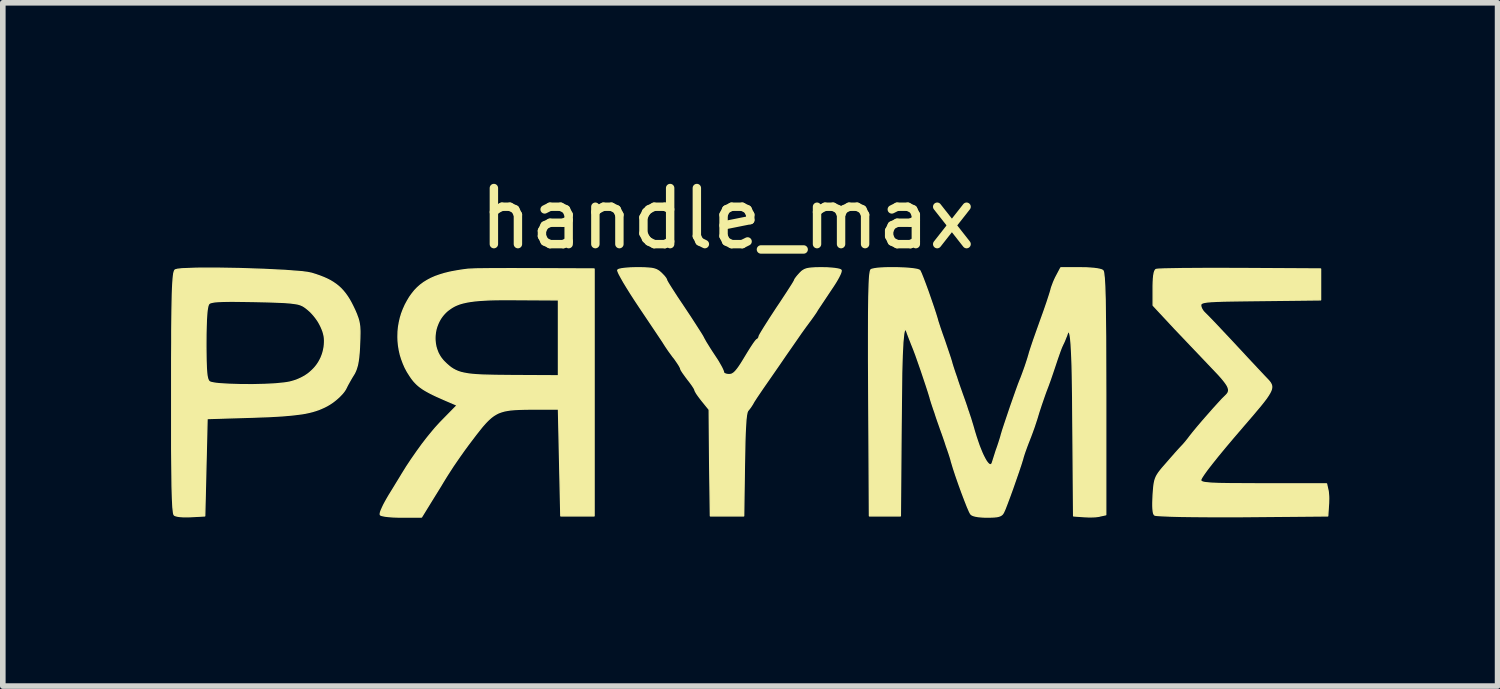
<source format=kicad_pcb>
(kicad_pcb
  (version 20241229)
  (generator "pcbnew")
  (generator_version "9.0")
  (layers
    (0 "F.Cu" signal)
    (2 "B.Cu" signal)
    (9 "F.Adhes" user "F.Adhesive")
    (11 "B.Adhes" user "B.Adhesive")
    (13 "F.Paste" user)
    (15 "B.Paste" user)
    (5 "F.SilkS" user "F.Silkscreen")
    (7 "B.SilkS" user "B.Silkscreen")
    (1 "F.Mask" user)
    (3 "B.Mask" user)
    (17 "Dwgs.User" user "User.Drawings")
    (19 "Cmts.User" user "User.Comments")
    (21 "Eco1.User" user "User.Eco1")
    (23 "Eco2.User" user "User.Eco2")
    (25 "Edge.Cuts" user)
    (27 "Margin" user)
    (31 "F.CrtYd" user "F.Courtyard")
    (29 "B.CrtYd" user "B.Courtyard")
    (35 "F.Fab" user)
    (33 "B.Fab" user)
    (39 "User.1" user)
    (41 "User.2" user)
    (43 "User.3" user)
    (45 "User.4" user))
  (footprint "handle_max"
    (layer "F.Cu")
    (at 9.923 3.818)
    (property "Reference" "handle_max" (at 0 -2.97 0) (unlocked yes) (layer "F.SilkS") (effects (font (size 1 1) (thickness 0.15))))
    (attr smd)
    (fp_poly (pts (xy -3.439 -2.076) (xy -2.38 -2.072) (xy -2.38 2.331) (xy -2.973 2.331) (xy -2.994 1.379) (xy -3.015 0.426) (xy -3.502 0.426) (xy -3.611 0.427) (xy -3.708 0.43) (xy -3.794 0.434) (xy -3.872 0.441) (xy -3.907 0.446) (xy -3.941 0.452) (xy -3.973 0.458) (xy -4.004 0.466) (xy -4.033 0.475) (xy -4.062 0.485) (xy -4.089 0.496) (xy -4.115 0.509) (xy -4.141 0.524) (xy -4.166 0.539) (xy -4.191 0.557) (xy -4.216 0.576) (xy -4.241 0.598) (xy -4.266 0.621) (xy -4.291 0.646) (xy -4.317 0.673) (xy -4.371 0.734) (xy -4.428 0.805) (xy -4.491 0.885) (xy -4.56 0.976) (xy -4.628 1.066) (xy -4.697 1.16) (xy -4.765 1.256) (xy -4.831 1.351) (xy -4.894 1.443) (xy -4.951 1.531) (xy -5.003 1.612) (xy -5.047 1.683) (xy -5.078 1.734) (xy -5.131 1.822) (xy -5.276 2.056) (xy -5.458 2.352) (xy -5.813 2.352) (xy -5.85 2.352) (xy -5.886 2.351) (xy -5.921 2.35) (xy -5.954 2.349) (xy -5.986 2.347) (xy -6.017 2.344) (xy -6.045 2.342) (xy -6.072 2.339) (xy -6.096 2.336) (xy -6.118 2.333) (xy -6.137 2.329) (xy -6.154 2.325) (xy -6.168 2.322) (xy -6.179 2.318) (xy -6.183 2.316) (xy -6.186 2.314) (xy -6.189 2.312) (xy -6.19 2.31) (xy -6.192 2.307) (xy -6.192 2.304) (xy -6.192 2.294) (xy -6.191 2.283) (xy -6.187 2.268) (xy -6.182 2.251) (xy -6.175 2.232) (xy -6.166 2.212) (xy -6.156 2.189) (xy -6.132 2.138) (xy -6.103 2.083) (xy -6.07 2.024) (xy -6.034 1.963) (xy -5.96 1.843) (xy -5.893 1.733) (xy -5.839 1.645) (xy -5.821 1.615) (xy -5.809 1.595) (xy -5.723 1.456) (xy -5.632 1.319) (xy -5.538 1.184) (xy -5.444 1.054) (xy -5.349 0.931) (xy -5.256 0.818) (xy -5.211 0.765) (xy -5.166 0.715) (xy -5.123 0.668) (xy -5.081 0.625) (xy -4.819 0.358) (xy -4.975 0.291) (xy -5.054 0.257) (xy -5.126 0.225) (xy -5.191 0.196) (xy -5.25 0.168) (xy -5.304 0.141) (xy -5.352 0.115) (xy -5.396 0.09) (xy -5.436 0.065) (xy -5.472 0.039) (xy -5.489 0.027) (xy -5.505 0.014) (xy -5.521 0.000322) (xy -5.536 -0.013) (xy -5.55 -0.027) (xy -5.564 -0.041) (xy -5.591 -0.07) (xy -5.616 -0.101) (xy -5.641 -0.135) (xy -5.665 -0.171) (xy -5.71 -0.242) (xy -5.749 -0.315) (xy -5.782 -0.391) (xy -5.811 -0.469) (xy -5.835 -0.547) (xy -5.853 -0.628) (xy -5.866 -0.709) (xy -5.874 -0.79) (xy -5.876 -0.848) (xy -5.218 -0.848) (xy -5.218 -0.816) (xy -5.216 -0.785) (xy -5.213 -0.753) (xy -5.208 -0.722) (xy -5.202 -0.691) (xy -5.194 -0.661) (xy -5.184 -0.631) (xy -5.173 -0.601) (xy -5.161 -0.572) (xy -5.146 -0.544) (xy -5.131 -0.517) (xy -5.113 -0.49) (xy -5.094 -0.465) (xy -5.074 -0.44) (xy -5.051 -0.416) (xy -5.011 -0.377) (xy -4.972 -0.343) (xy -4.933 -0.312) (xy -4.893 -0.286) (xy -4.85 -0.263) (xy -4.804 -0.243) (xy -4.752 -0.226) (xy -4.694 -0.213) (xy -4.628 -0.201) (xy -4.553 -0.192) (xy -4.467 -0.185) (xy -4.37 -0.18) (xy -4.137 -0.174) (xy -3.841 -0.171) (xy -3.015 -0.167) (xy -3.015 -1.521) (xy -3.714 -1.525) (xy -3.863 -1.526) (xy -4 -1.526) (xy -4.124 -1.525) (xy -4.237 -1.522) (xy -4.339 -1.517) (xy -4.431 -1.511) (xy -4.514 -1.503) (xy -4.589 -1.493) (xy -4.657 -1.481) (xy -4.718 -1.467) (xy -4.747 -1.459) (xy -4.774 -1.451) (xy -4.799 -1.442) (xy -4.824 -1.432) (xy -4.848 -1.422) (xy -4.87 -1.411) (xy -4.892 -1.399) (xy -4.913 -1.387) (xy -4.953 -1.36) (xy -4.992 -1.331) (xy -5.017 -1.309) (xy -5.041 -1.285) (xy -5.063 -1.261) (xy -5.084 -1.236) (xy -5.103 -1.21) (xy -5.121 -1.183) (xy -5.137 -1.155) (xy -5.152 -1.126) (xy -5.165 -1.097) (xy -5.177 -1.067) (xy -5.188 -1.036) (xy -5.197 -1.006) (xy -5.204 -0.975) (xy -5.21 -0.943) (xy -5.214 -0.912) (xy -5.217 -0.88) (xy -5.218 -0.848) (xy -5.876 -0.848) (xy -5.876 -0.873) (xy -5.874 -0.955) (xy -5.866 -1.037) (xy -5.852 -1.118) (xy -5.834 -1.198) (xy -5.81 -1.278) (xy -5.78 -1.356) (xy -5.746 -1.432) (xy -5.707 -1.504) (xy -5.667 -1.571) (xy -5.623 -1.632) (xy -5.577 -1.689) (xy -5.527 -1.741) (xy -5.473 -1.788) (xy -5.415 -1.831) (xy -5.351 -1.87) (xy -5.283 -1.906) (xy -5.209 -1.938) (xy -5.129 -1.966) (xy -5.043 -1.992) (xy -4.949 -2.015) (xy -4.849 -2.034) (xy -4.74 -2.052) (xy -4.624 -2.067) (xy -4.49 -2.073) (xy -4.222 -2.076) (xy -3.858 -2.077)) (stroke (width 0.024) (type solid)) (fill yes) (layer "F.SilkS"))
    (fp_poly (pts (xy 9.134 -2.08) (xy 10.574 -2.072) (xy 10.574 -1.521) (xy 9.507 -1.509) (xy 9.332 -1.507) (xy 9.177 -1.505) (xy 9.04 -1.503) (xy 8.922 -1.501) (xy 8.869 -1.5) (xy 8.82 -1.499) (xy 8.774 -1.497) (xy 8.733 -1.496) (xy 8.695 -1.494) (xy 8.66 -1.492) (xy 8.628 -1.491) (xy 8.6 -1.488) (xy 8.574 -1.486) (xy 8.552 -1.484) (xy 8.531 -1.481) (xy 8.514 -1.478) (xy 8.506 -1.477) (xy 8.498 -1.475) (xy 8.491 -1.473) (xy 8.485 -1.472) (xy 8.479 -1.47) (xy 8.474 -1.468) (xy 8.469 -1.466) (xy 8.464 -1.464) (xy 8.46 -1.462) (xy 8.456 -1.46) (xy 8.453 -1.458) (xy 8.45 -1.456) (xy 8.447 -1.454) (xy 8.445 -1.452) (xy 8.443 -1.449) (xy 8.441 -1.447) (xy 8.44 -1.444) (xy 8.439 -1.441) (xy 8.438 -1.439) (xy 8.437 -1.436) (xy 8.437 -1.433) (xy 8.436 -1.43) (xy 8.436 -1.424) (xy 8.436 -1.416) (xy 8.438 -1.407) (xy 8.439 -1.399) (xy 8.442 -1.39) (xy 8.445 -1.38) (xy 8.449 -1.371) (xy 8.453 -1.362) (xy 8.458 -1.352) (xy 8.464 -1.343) (xy 8.469 -1.334) (xy 8.476 -1.325) (xy 8.482 -1.316) (xy 8.489 -1.308) (xy 8.497 -1.299) (xy 8.504 -1.292) (xy 8.512 -1.284) (xy 8.578 -1.218) (xy 8.706 -1.085) (xy 8.876 -0.904) (xy 9.071 -0.696) (xy 9.266 -0.486) (xy 9.437 -0.303) (xy 9.566 -0.166) (xy 9.634 -0.095) (xy 9.657 -0.069) (xy 9.676 -0.044) (xy 9.69 -0.019) (xy 9.695 -0.006) (xy 9.699 0.007) (xy 9.701 0.02) (xy 9.702 0.034) (xy 9.7 0.049) (xy 9.698 0.064) (xy 9.693 0.081) (xy 9.687 0.098) (xy 9.668 0.137) (xy 9.641 0.182) (xy 9.606 0.234) (xy 9.561 0.293) (xy 9.507 0.361) (xy 9.366 0.529) (xy 9.181 0.744) (xy 9.019 0.933) (xy 8.874 1.105) (xy 8.746 1.26) (xy 8.639 1.394) (xy 8.593 1.453) (xy 8.552 1.506) (xy 8.518 1.553) (xy 8.489 1.594) (xy 8.466 1.629) (xy 8.449 1.657) (xy 8.439 1.678) (xy 8.437 1.686) (xy 8.436 1.692) (xy 8.438 1.702) (xy 8.443 1.712) (xy 8.454 1.72) (xy 8.471 1.727) (xy 8.496 1.734) (xy 8.529 1.739) (xy 8.624 1.748) (xy 8.766 1.754) (xy 8.963 1.757) (xy 9.558 1.76) (xy 10.68 1.76) (xy 10.701 1.857) (xy 10.704 1.868) (xy 10.707 1.881) (xy 10.709 1.895) (xy 10.711 1.91) (xy 10.714 1.944) (xy 10.717 1.982) (xy 10.718 2.022) (xy 10.717 2.063) (xy 10.716 2.104) (xy 10.713 2.145) (xy 10.701 2.331) (xy 9.181 2.344) (xy 8.861 2.345) (xy 8.567 2.344) (xy 8.304 2.342) (xy 8.077 2.339) (xy 7.89 2.334) (xy 7.748 2.328) (xy 7.654 2.322) (xy 7.627 2.318) (xy 7.615 2.314) (xy 7.609 2.308) (xy 7.605 2.3) (xy 7.6 2.29) (xy 7.596 2.277) (xy 7.593 2.262) (xy 7.59 2.245) (xy 7.588 2.226) (xy 7.586 2.205) (xy 7.584 2.156) (xy 7.584 2.098) (xy 7.586 2.032) (xy 7.589 1.959) (xy 7.597 1.857) (xy 7.601 1.814) (xy 7.605 1.776) (xy 7.611 1.742) (xy 7.618 1.71) (xy 7.621 1.696) (xy 7.626 1.681) (xy 7.631 1.667) (xy 7.636 1.654) (xy 7.642 1.64) (xy 7.648 1.627) (xy 7.655 1.614) (xy 7.663 1.6) (xy 7.68 1.573) (xy 7.701 1.544) (xy 7.725 1.513) (xy 7.753 1.479) (xy 7.822 1.4) (xy 7.91 1.299) (xy 7.991 1.207) (xy 8.057 1.134) (xy 8.081 1.108) (xy 8.097 1.091) (xy 8.111 1.076) (xy 8.128 1.058) (xy 8.147 1.036) (xy 8.167 1.013) (xy 8.187 0.988) (xy 8.207 0.963) (xy 8.227 0.937) (xy 8.245 0.913) (xy 8.301 0.842) (xy 8.378 0.749) (xy 8.469 0.642) (xy 8.567 0.53) (xy 8.663 0.421) (xy 8.751 0.324) (xy 8.823 0.246) (xy 8.872 0.198) (xy 8.892 0.178) (xy 8.909 0.159) (xy 8.916 0.149) (xy 8.922 0.14) (xy 8.927 0.13) (xy 8.931 0.12) (xy 8.933 0.11) (xy 8.935 0.1) (xy 8.936 0.089) (xy 8.935 0.078) (xy 8.933 0.067) (xy 8.93 0.055) (xy 8.926 0.043) (xy 8.921 0.03) (xy 8.915 0.016) (xy 8.907 0.002) (xy 8.888 -0.028) (xy 8.863 -0.062) (xy 8.833 -0.1) (xy 8.798 -0.141) (xy 8.757 -0.187) (xy 8.709 -0.238) (xy 8.656 -0.294) (xy 7.979 -1.005) (xy 7.589 -1.424) (xy 7.589 -1.733) (xy 7.589 -1.771) (xy 7.59 -1.806) (xy 7.591 -1.839) (xy 7.593 -1.87) (xy 7.594 -1.899) (xy 7.597 -1.925) (xy 7.599 -1.949) (xy 7.603 -1.971) (xy 7.606 -1.991) (xy 7.61 -2.008) (xy 7.612 -2.015) (xy 7.615 -2.023) (xy 7.617 -2.029) (xy 7.62 -2.035) (xy 7.622 -2.041) (xy 7.625 -2.046) (xy 7.628 -2.05) (xy 7.631 -2.054) (xy 7.634 -2.057) (xy 7.637 -2.06) (xy 7.641 -2.062) (xy 7.644 -2.063) (xy 7.683 -2.068) (xy 7.777 -2.072) (xy 8.102 -2.078) (xy 8.571 -2.081)) (stroke (width 0.024) (type solid)) (fill yes) (layer "F.SilkS"))
    (fp_poly (pts (xy -8.692 -2.079) (xy -8.273 -2.065) (xy -7.891 -2.046) (xy -7.591 -2.023) (xy -7.486 -2.009) (xy -7.418 -1.995) (xy -7.341 -1.971) (xy -7.269 -1.946) (xy -7.203 -1.92) (xy -7.142 -1.893) (xy -7.085 -1.864) (xy -7.032 -1.832) (xy -6.983 -1.798) (xy -6.937 -1.762) (xy -6.895 -1.723) (xy -6.855 -1.68) (xy -6.817 -1.633) (xy -6.781 -1.583) (xy -6.746 -1.528) (xy -6.713 -1.469) (xy -6.68 -1.404) (xy -6.647 -1.335) (xy -6.616 -1.262) (xy -6.604 -1.228) (xy -6.592 -1.197) (xy -6.583 -1.166) (xy -6.575 -1.136) (xy -6.569 -1.105) (xy -6.564 -1.074) (xy -6.56 -1.041) (xy -6.558 -1.005) (xy -6.556 -0.968) (xy -6.556 -0.927) (xy -6.558 -0.832) (xy -6.563 -0.717) (xy -6.565 -0.665) (xy -6.568 -0.616) (xy -6.571 -0.571) (xy -6.575 -0.529) (xy -6.579 -0.49) (xy -6.584 -0.453) (xy -6.589 -0.419) (xy -6.595 -0.387) (xy -6.601 -0.357) (xy -6.609 -0.329) (xy -6.617 -0.303) (xy -6.625 -0.278) (xy -6.635 -0.254) (xy -6.645 -0.231) (xy -6.656 -0.209) (xy -6.669 -0.188) (xy -6.688 -0.157) (xy -6.708 -0.124) (xy -6.727 -0.091) (xy -6.745 -0.059) (xy -6.762 -0.028) (xy -6.778 0.000386) (xy -6.79 0.025) (xy -6.8 0.045) (xy -6.81 0.065) (xy -6.822 0.085) (xy -6.836 0.106) (xy -6.852 0.127) (xy -6.87 0.149) (xy -6.89 0.17) (xy -6.911 0.192) (xy -6.933 0.214) (xy -6.957 0.235) (xy -6.981 0.256) (xy -7.007 0.277) (xy -7.033 0.297) (xy -7.06 0.316) (xy -7.087 0.334) (xy -7.115 0.351) (xy -7.143 0.367) (xy -7.19 0.391) (xy -7.239 0.413) (xy -7.289 0.434) (xy -7.342 0.452) (xy -7.398 0.469) (xy -7.457 0.484) (xy -7.522 0.498) (xy -7.592 0.51) (xy -7.753 0.53) (xy -7.946 0.547) (xy -8.178 0.56) (xy -8.455 0.57) (xy -9.281 0.595) (xy -9.302 1.463) (xy -9.323 2.331) (xy -9.568 2.344) (xy -9.594 2.345) (xy -9.619 2.346) (xy -9.644 2.346) (xy -9.668 2.346) (xy -9.692 2.346) (xy -9.715 2.345) (xy -9.737 2.343) (xy -9.758 2.342) (xy -9.777 2.34) (xy -9.796 2.337) (xy -9.812 2.334) (xy -9.827 2.331) (xy -9.84 2.327) (xy -9.85 2.323) (xy -9.855 2.321) (xy -9.859 2.319) (xy -9.862 2.317) (xy -9.865 2.314) (xy -9.872 2.302) (xy -9.878 2.277) (xy -9.889 2.183) (xy -9.897 2.027) (xy -9.904 1.805) (xy -9.911 1.135) (xy -9.911 0.13) (xy -9.911 -0.483) (xy -9.909 -0.755) (xy -9.302 -0.755) (xy -9.302 -0.661) (xy -9.301 -0.576) (xy -9.3 -0.5) (xy -9.299 -0.431) (xy -9.297 -0.37) (xy -9.295 -0.316) (xy -9.292 -0.268) (xy -9.289 -0.227) (xy -9.285 -0.191) (xy -9.283 -0.175) (xy -9.281 -0.161) (xy -9.278 -0.147) (xy -9.275 -0.135) (xy -9.273 -0.124) (xy -9.27 -0.113) (xy -9.266 -0.104) (xy -9.263 -0.096) (xy -9.259 -0.088) (xy -9.256 -0.081) (xy -9.252 -0.075) (xy -9.247 -0.07) (xy -9.243 -0.065) (xy -9.238 -0.061) (xy -9.215 -0.05) (xy -9.175 -0.041) (xy -9.12 -0.032) (xy -9.051 -0.025) (xy -8.881 -0.015) (xy -8.681 -0.009) (xy -8.466 -0.008) (xy -8.253 -0.013) (xy -8.056 -0.023) (xy -7.892 -0.04) (xy -7.853 -0.046) (xy -7.814 -0.053) (xy -7.777 -0.062) (xy -7.74 -0.073) (xy -7.704 -0.084) (xy -7.67 -0.097) (xy -7.636 -0.112) (xy -7.603 -0.127) (xy -7.571 -0.144) (xy -7.54 -0.161) (xy -7.511 -0.18) (xy -7.482 -0.2) (xy -7.455 -0.221) (xy -7.429 -0.244) (xy -7.404 -0.267) (xy -7.38 -0.291) (xy -7.357 -0.316) (xy -7.336 -0.342) (xy -7.316 -0.369) (xy -7.297 -0.397) (xy -7.28 -0.426) (xy -7.264 -0.456) (xy -7.249 -0.486) (xy -7.236 -0.518) (xy -7.224 -0.55) (xy -7.214 -0.582) (xy -7.205 -0.616) (xy -7.198 -0.65) (xy -7.192 -0.685) (xy -7.188 -0.72) (xy -7.186 -0.756) (xy -7.185 -0.793) (xy -7.186 -0.813) (xy -7.187 -0.833) (xy -7.189 -0.853) (xy -7.192 -0.873) (xy -7.201 -0.915) (xy -7.213 -0.957) (xy -7.229 -0.999) (xy -7.247 -1.041) (xy -7.268 -1.083) (xy -7.291 -1.125) (xy -7.317 -1.165) (xy -7.346 -1.205) (xy -7.376 -1.243) (xy -7.408 -1.279) (xy -7.442 -1.314) (xy -7.478 -1.346) (xy -7.515 -1.376) (xy -7.553 -1.403) (xy -7.572 -1.414) (xy -7.593 -1.424) (xy -7.615 -1.433) (xy -7.641 -1.442) (xy -7.67 -1.449) (xy -7.704 -1.455) (xy -7.787 -1.466) (xy -7.896 -1.475) (xy -8.037 -1.481) (xy -8.214 -1.487) (xy -8.434 -1.492) (xy -8.634 -1.495) (xy -8.721 -1.496) (xy -8.8 -1.497) (xy -8.872 -1.497) (xy -8.936 -1.496) (xy -8.993 -1.495) (xy -9.043 -1.493) (xy -9.088 -1.491) (xy -9.126 -1.488) (xy -9.158 -1.484) (xy -9.185 -1.479) (xy -9.207 -1.474) (xy -9.216 -1.471) (xy -9.225 -1.468) (xy -9.232 -1.465) (xy -9.238 -1.461) (xy -9.243 -1.457) (xy -9.247 -1.454) (xy -9.254 -1.444) (xy -9.26 -1.431) (xy -9.266 -1.414) (xy -9.271 -1.393) (xy -9.281 -1.336) (xy -9.288 -1.261) (xy -9.294 -1.167) (xy -9.298 -1.052) (xy -9.301 -0.915) (xy -9.302 -0.755) (xy -9.909 -0.755) (xy -9.909 -0.971) (xy -9.907 -1.173) (xy -9.905 -1.349) (xy -9.902 -1.5) (xy -9.899 -1.629) (xy -9.895 -1.737) (xy -9.89 -1.826) (xy -9.885 -1.898) (xy -9.879 -1.954) (xy -9.873 -1.996) (xy -9.869 -2.012) (xy -9.865 -2.025) (xy -9.861 -2.036) (xy -9.857 -2.044) (xy -9.852 -2.051) (xy -9.848 -2.055) (xy -9.807 -2.066) (xy -9.726 -2.075) (xy -9.463 -2.085) (xy -9.103 -2.086)) (stroke (width 0.024) (type solid)) (fill yes) (layer "F.SilkS"))
    (fp_poly (pts (xy 3.015 -2.093) (xy 3.161 -2.088) (xy 3.229 -2.083) (xy 3.289 -2.077) (xy 3.342 -2.07) (xy 3.384 -2.062) (xy 3.413 -2.052) (xy 3.422 -2.047) (xy 3.428 -2.042) (xy 3.45 -1.996) (xy 3.484 -1.912) (xy 3.527 -1.799) (xy 3.575 -1.668) (xy 3.669 -1.396) (xy 3.708 -1.277) (xy 3.737 -1.183) (xy 3.745 -1.152) (xy 3.757 -1.114) (xy 3.788 -1.019) (xy 3.825 -0.911) (xy 3.864 -0.802) (xy 3.937 -0.586) (xy 3.969 -0.491) (xy 3.981 -0.452) (xy 3.991 -0.421) (xy 3.998 -0.393) (xy 4.008 -0.36) (xy 4.019 -0.325) (xy 4.031 -0.288) (xy 4.056 -0.213) (xy 4.08 -0.145) (xy 4.102 -0.076) (xy 4.129 0.003) (xy 4.157 0.082) (xy 4.181 0.151) (xy 4.206 0.22) (xy 4.234 0.299) (xy 4.261 0.378) (xy 4.283 0.447) (xy 4.295 0.479) (xy 4.306 0.514) (xy 4.331 0.588) (xy 4.353 0.66) (xy 4.372 0.722) (xy 4.4 0.82) (xy 4.428 0.911) (xy 4.456 0.995) (xy 4.483 1.074) (xy 4.511 1.145) (xy 4.537 1.208) (xy 4.55 1.237) (xy 4.563 1.264) (xy 4.576 1.289) (xy 4.588 1.312) (xy 4.6 1.333) (xy 4.611 1.352) (xy 4.623 1.369) (xy 4.634 1.383) (xy 4.644 1.395) (xy 4.654 1.405) (xy 4.664 1.412) (xy 4.673 1.417) (xy 4.682 1.42) (xy 4.686 1.42) (xy 4.69 1.42) (xy 4.694 1.419) (xy 4.698 1.417) (xy 4.701 1.415) (xy 4.705 1.412) (xy 4.712 1.405) (xy 4.718 1.395) (xy 4.723 1.382) (xy 4.728 1.366) (xy 4.753 1.287) (xy 4.791 1.167) (xy 4.815 1.1) (xy 4.84 1.025) (xy 4.852 0.987) (xy 4.863 0.952) (xy 4.873 0.92) (xy 4.88 0.892) (xy 4.904 0.811) (xy 4.943 0.692) (xy 5.044 0.392) (xy 5.147 0.099) (xy 5.187 -0.012) (xy 5.214 -0.082) (xy 5.236 -0.136) (xy 5.259 -0.197) (xy 5.283 -0.263) (xy 5.308 -0.333) (xy 5.331 -0.402) (xy 5.353 -0.47) (xy 5.372 -0.533) (xy 5.388 -0.59) (xy 5.415 -0.674) (xy 5.459 -0.805) (xy 5.516 -0.966) (xy 5.578 -1.14) (xy 5.641 -1.315) (xy 5.697 -1.477) (xy 5.74 -1.609) (xy 5.755 -1.657) (xy 5.765 -1.691) (xy 5.772 -1.72) (xy 5.782 -1.752) (xy 5.795 -1.786) (xy 5.808 -1.822) (xy 5.823 -1.858) (xy 5.839 -1.894) (xy 5.855 -1.927) (xy 5.871 -1.957) (xy 5.943 -2.093) (xy 6.29 -2.093) (xy 6.329 -2.092) (xy 6.368 -2.092) (xy 6.404 -2.091) (xy 6.439 -2.089) (xy 6.473 -2.087) (xy 6.504 -2.084) (xy 6.533 -2.082) (xy 6.561 -2.078) (xy 6.586 -2.075) (xy 6.608 -2.071) (xy 6.629 -2.067) (xy 6.647 -2.062) (xy 6.662 -2.058) (xy 6.675 -2.053) (xy 6.68 -2.05) (xy 6.685 -2.047) (xy 6.689 -2.045) (xy 6.692 -2.042) (xy 6.699 -2.029) (xy 6.705 -2.003) (xy 6.716 -1.909) (xy 6.725 -1.755) (xy 6.732 -1.533) (xy 6.74 -0.861) (xy 6.743 0.159) (xy 6.743 2.31) (xy 6.645 2.331) (xy 6.634 2.334) (xy 6.621 2.337) (xy 6.607 2.339) (xy 6.592 2.341) (xy 6.558 2.345) (xy 6.52 2.347) (xy 6.48 2.348) (xy 6.439 2.348) (xy 6.398 2.346) (xy 6.357 2.344) (xy 6.171 2.331) (xy 6.158 0.722) (xy 6.154 0.22) (xy 6.151 0.006) (xy 6.148 -0.185) (xy 6.144 -0.354) (xy 6.139 -0.5) (xy 6.133 -0.624) (xy 6.127 -0.727) (xy 6.12 -0.811) (xy 6.116 -0.845) (xy 6.112 -0.874) (xy 6.107 -0.899) (xy 6.103 -0.919) (xy 6.098 -0.935) (xy 6.093 -0.946) (xy 6.088 -0.952) (xy 6.085 -0.954) (xy 6.082 -0.954) (xy 6.079 -0.954) (xy 6.077 -0.953) (xy 6.071 -0.946) (xy 6.064 -0.936) (xy 6.058 -0.922) (xy 6.051 -0.904) (xy 6.044 -0.882) (xy 6.029 -0.846) (xy 6.012 -0.804) (xy 6.003 -0.782) (xy 5.994 -0.762) (xy 5.985 -0.743) (xy 5.976 -0.725) (xy 5.967 -0.705) (xy 5.953 -0.674) (xy 5.937 -0.633) (xy 5.919 -0.584) (xy 5.879 -0.47) (xy 5.837 -0.344) (xy 5.795 -0.219) (xy 5.754 -0.099) (xy 5.718 0.00032) (xy 5.704 0.038) (xy 5.693 0.066) (xy 5.667 0.135) (xy 5.642 0.206) (xy 5.593 0.348) (xy 5.549 0.482) (xy 5.515 0.595) (xy 5.493 0.662) (xy 5.463 0.753) (xy 5.426 0.855) (xy 5.407 0.906) (xy 5.388 0.955) (xy 5.349 1.055) (xy 5.33 1.106) (xy 5.312 1.156) (xy 5.295 1.203) (xy 5.281 1.246) (xy 5.269 1.284) (xy 5.261 1.315) (xy 5.23 1.415) (xy 5.187 1.544) (xy 5.083 1.843) (xy 5.03 1.989) (xy 4.982 2.117) (xy 4.944 2.215) (xy 4.918 2.272) (xy 4.911 2.283) (xy 4.904 2.294) (xy 4.896 2.303) (xy 4.887 2.311) (xy 4.876 2.319) (xy 4.865 2.325) (xy 4.851 2.331) (xy 4.836 2.336) (xy 4.819 2.34) (xy 4.8 2.344) (xy 4.778 2.346) (xy 4.754 2.349) (xy 4.728 2.35) (xy 4.698 2.351) (xy 4.63 2.352) (xy 4.602 2.352) (xy 4.575 2.351) (xy 4.549 2.35) (xy 4.524 2.348) (xy 4.5 2.346) (xy 4.478 2.344) (xy 4.456 2.341) (xy 4.437 2.337) (xy 4.418 2.334) (xy 4.402 2.33) (xy 4.386 2.325) (xy 4.373 2.32) (xy 4.361 2.315) (xy 4.356 2.312) (xy 4.352 2.309) (xy 4.348 2.306) (xy 4.344 2.303) (xy 4.341 2.3) (xy 4.338 2.297) (xy 4.328 2.281) (xy 4.314 2.254) (xy 4.277 2.169) (xy 4.231 2.052) (xy 4.179 1.915) (xy 4.125 1.766) (xy 4.073 1.617) (xy 4.027 1.477) (xy 3.991 1.357) (xy 3.984 1.328) (xy 3.974 1.295) (xy 3.963 1.26) (xy 3.951 1.223) (xy 3.926 1.149) (xy 3.902 1.082) (xy 3.88 1.013) (xy 3.853 0.934) (xy 3.825 0.855) (xy 3.8 0.786) (xy 3.776 0.717) (xy 3.748 0.638) (xy 3.721 0.559) (xy 3.699 0.49) (xy 3.675 0.422) (xy 3.65 0.347) (xy 3.638 0.31) (xy 3.627 0.275) (xy 3.617 0.242) (xy 3.61 0.214) (xy 3.583 0.126) (xy 3.545 0.009) (xy 3.452 -0.269) (xy 3.358 -0.537) (xy 3.318 -0.643) (xy 3.288 -0.717) (xy 3.277 -0.745) (xy 3.266 -0.774) (xy 3.243 -0.832) (xy 3.223 -0.884) (xy 3.208 -0.924) (xy 3.194 -0.964) (xy 3.181 -0.989) (xy 3.17 -0.996) (xy 3.159 -0.987) (xy 3.149 -0.96) (xy 3.14 -0.915) (xy 3.125 -0.766) (xy 3.113 -0.535) (xy 3.104 -0.217) (xy 3.094 0.701) (xy 3.081 2.331) (xy 2.53 2.331) (xy 2.518 0.155) (xy 2.515 -0.431) (xy 2.515 -0.91) (xy 2.516 -1.291) (xy 2.52 -1.584) (xy 2.523 -1.7) (xy 2.526 -1.797) (xy 2.53 -1.878) (xy 2.534 -1.942) (xy 2.54 -1.99) (xy 2.546 -2.026) (xy 2.549 -2.038) (xy 2.553 -2.048) (xy 2.556 -2.055) (xy 2.56 -2.059) (xy 2.571 -2.064) (xy 2.585 -2.068) (xy 2.623 -2.076) (xy 2.672 -2.083) (xy 2.73 -2.088) (xy 2.795 -2.091) (xy 2.866 -2.093)) (stroke (width 0.024) (type solid)) (fill yes) (layer "F.SilkS"))
    (fp_poly (pts (xy 1.72 -2.092) (xy 1.75 -2.092) (xy 1.781 -2.091) (xy 1.81 -2.089) (xy 1.838 -2.087) (xy 1.865 -2.085) (xy 1.89 -2.082) (xy 1.914 -2.08) (xy 1.936 -2.076) (xy 1.956 -2.073) (xy 1.973 -2.07) (xy 1.989 -2.066) (xy 2.001 -2.062) (xy 2.011 -2.058) (xy 2.015 -2.056) (xy 2.018 -2.054) (xy 2.021 -2.052) (xy 2.022 -2.05) (xy 2.024 -2.048) (xy 2.025 -2.044) (xy 2.024 -2.035) (xy 2.022 -2.023) (xy 2.018 -2.009) (xy 2.012 -1.993) (xy 2.004 -1.974) (xy 1.994 -1.954) (xy 1.983 -1.931) (xy 1.956 -1.882) (xy 1.923 -1.827) (xy 1.886 -1.769) (xy 1.845 -1.708) (xy 1.599 -1.339) (xy 1.595 -1.331) (xy 1.589 -1.321) (xy 1.575 -1.298) (xy 1.557 -1.272) (xy 1.537 -1.243) (xy 1.493 -1.181) (xy 1.447 -1.119) (xy 1.388 -1.039) (xy 1.309 -0.929) (xy 1.221 -0.802) (xy 1.133 -0.675) (xy 1.036 -0.536) (xy 0.926 -0.375) (xy 0.714 -0.069) (xy 0.627 0.056) (xy 0.549 0.171) (xy 0.516 0.22) (xy 0.489 0.262) (xy 0.468 0.294) (xy 0.461 0.307) (xy 0.456 0.316) (xy 0.451 0.325) (xy 0.446 0.334) (xy 0.434 0.353) (xy 0.422 0.372) (xy 0.409 0.391) (xy 0.396 0.409) (xy 0.383 0.426) (xy 0.37 0.442) (xy 0.359 0.456) (xy 0.353 0.467) (xy 0.347 0.484) (xy 0.336 0.537) (xy 0.327 0.616) (xy 0.32 0.721) (xy 0.313 0.854) (xy 0.308 1.015) (xy 0.3 1.425) (xy 0.287 2.331) (xy -0.306 2.331) (xy -0.319 1.383) (xy -0.327 0.435) (xy -0.454 0.278) (xy -0.467 0.261) (xy -0.48 0.245) (xy -0.492 0.229) (xy -0.504 0.213) (xy -0.515 0.198) (xy -0.526 0.183) (xy -0.536 0.169) (xy -0.545 0.156) (xy -0.553 0.143) (xy -0.56 0.132) (xy -0.566 0.121) (xy -0.571 0.112) (xy -0.575 0.104) (xy -0.579 0.097) (xy -0.58 0.091) (xy -0.581 0.089) (xy -0.581 0.087) (xy -0.582 0.083) (xy -0.584 0.078) (xy -0.587 0.071) (xy -0.591 0.063) (xy -0.602 0.043) (xy -0.618 0.019) (xy -0.636 -0.008) (xy -0.658 -0.038) (xy -0.682 -0.07) (xy -0.708 -0.103) (xy -0.733 -0.136) (xy -0.756 -0.168) (xy -0.778 -0.198) (xy -0.797 -0.225) (xy -0.805 -0.238) (xy -0.813 -0.249) (xy -0.819 -0.26) (xy -0.825 -0.269) (xy -0.829 -0.277) (xy -0.832 -0.284) (xy -0.834 -0.29) (xy -0.835 -0.292) (xy -0.835 -0.294) (xy -0.836 -0.298) (xy -0.837 -0.303) (xy -0.84 -0.31) (xy -0.844 -0.318) (xy -0.854 -0.338) (xy -0.868 -0.361) (xy -0.885 -0.388) (xy -0.905 -0.417) (xy -0.926 -0.448) (xy -0.949 -0.48) (xy -0.975 -0.512) (xy -0.999 -0.545) (xy -1.023 -0.578) (xy -1.046 -0.609) (xy -1.084 -0.665) (xy -1.11 -0.704) (xy -1.158 -0.78) (xy -1.261 -0.934) (xy -1.567 -1.39) (xy -1.65 -1.515) (xy -1.726 -1.633) (xy -1.794 -1.742) (xy -1.853 -1.839) (xy -1.899 -1.921) (xy -1.918 -1.956) (xy -1.934 -1.986) (xy -1.945 -2.011) (xy -1.953 -2.03) (xy -1.957 -2.043) (xy -1.958 -2.048) (xy -1.957 -2.05) (xy -1.953 -2.055) (xy -1.946 -2.06) (xy -1.935 -2.064) (xy -1.922 -2.068) (xy -1.907 -2.071) (xy -1.888 -2.075) (xy -1.845 -2.081) (xy -1.794 -2.086) (xy -1.737 -2.09) (xy -1.675 -2.092) (xy -1.61 -2.093) (xy -1.561 -2.093) (xy -1.516 -2.092) (xy -1.476 -2.091) (xy -1.439 -2.089) (xy -1.407 -2.087) (xy -1.377 -2.084) (xy -1.364 -2.083) (xy -1.351 -2.081) (xy -1.338 -2.079) (xy -1.327 -2.076) (xy -1.315 -2.074) (xy -1.305 -2.071) (xy -1.295 -2.068) (xy -1.285 -2.064) (xy -1.276 -2.061) (xy -1.267 -2.057) (xy -1.258 -2.053) (xy -1.25 -2.048) (xy -1.241 -2.043) (xy -1.233 -2.038) (xy -1.225 -2.033) (xy -1.218 -2.027) (xy -1.202 -2.014) (xy -1.186 -2) (xy -1.176 -1.99) (xy -1.166 -1.98) (xy -1.157 -1.971) (xy -1.148 -1.961) (xy -1.139 -1.952) (xy -1.131 -1.943) (xy -1.124 -1.934) (xy -1.117 -1.926) (xy -1.111 -1.917) (xy -1.105 -1.91) (xy -1.101 -1.903) (xy -1.097 -1.896) (xy -1.093 -1.89) (xy -1.091 -1.885) (xy -1.09 -1.883) (xy -1.09 -1.88) (xy -1.089 -1.879) (xy -1.089 -1.877) (xy -1.087 -1.871) (xy -1.083 -1.861) (xy -1.065 -1.829) (xy -1.036 -1.781) (xy -0.998 -1.721) (xy -0.9 -1.569) (xy -0.78 -1.39) (xy -0.658 -1.206) (xy -0.554 -1.045) (xy -0.478 -0.926) (xy -0.454 -0.887) (xy -0.441 -0.865) (xy -0.426 -0.835) (xy -0.408 -0.803) (xy -0.387 -0.765) (xy -0.36 -0.722) (xy -0.328 -0.67) (xy -0.29 -0.61) (xy -0.187 -0.454) (xy -0.164 -0.417) (xy -0.143 -0.38) (xy -0.123 -0.345) (xy -0.106 -0.314) (xy -0.099 -0.299) (xy -0.092 -0.285) (xy -0.087 -0.273) (xy -0.082 -0.262) (xy -0.078 -0.251) (xy -0.075 -0.243) (xy -0.074 -0.236) (xy -0.073 -0.233) (xy -0.073 -0.23) (xy -0.073 -0.228) (xy -0.072 -0.226) (xy -0.072 -0.224) (xy -0.071 -0.222) (xy -0.07 -0.22) (xy -0.068 -0.218) (xy -0.065 -0.215) (xy -0.061 -0.211) (xy -0.055 -0.207) (xy -0.049 -0.204) (xy -0.043 -0.201) (xy -0.036 -0.198) (xy -0.028 -0.196) (xy -0.019 -0.193) (xy -0.011 -0.191) (xy -0.001 -0.19) (xy 0.008 -0.189) (xy 0.018 -0.188) (xy 0.029 -0.188) (xy 0.043 -0.189) (xy 0.058 -0.191) (xy 0.072 -0.195) (xy 0.086 -0.201) (xy 0.1 -0.21) (xy 0.115 -0.221) (xy 0.129 -0.234) (xy 0.145 -0.25) (xy 0.161 -0.269) (xy 0.179 -0.291) (xy 0.197 -0.316) (xy 0.217 -0.345) (xy 0.238 -0.377) (xy 0.261 -0.413) (xy 0.312 -0.497) (xy 0.349 -0.558) (xy 0.384 -0.615) (xy 0.418 -0.669) (xy 0.449 -0.716) (xy 0.463 -0.737) (xy 0.476 -0.755) (xy 0.488 -0.772) (xy 0.499 -0.786) (xy 0.509 -0.798) (xy 0.517 -0.806) (xy 0.52 -0.809) (xy 0.523 -0.812) (xy 0.526 -0.813) (xy 0.528 -0.814) (xy 0.531 -0.816) (xy 0.534 -0.818) (xy 0.538 -0.821) (xy 0.541 -0.823) (xy 0.543 -0.826) (xy 0.546 -0.83) (xy 0.549 -0.833) (xy 0.551 -0.836) (xy 0.554 -0.84) (xy 0.556 -0.844) (xy 0.558 -0.847) (xy 0.559 -0.851) (xy 0.56 -0.855) (xy 0.561 -0.858) (xy 0.562 -0.862) (xy 0.562 -0.863) (xy 0.562 -0.865) (xy 0.564 -0.871) (xy 0.568 -0.882) (xy 0.587 -0.917) (xy 0.617 -0.967) (xy 0.656 -1.031) (xy 0.757 -1.19) (xy 0.879 -1.377) (xy 0.943 -1.472) (xy 1.002 -1.562) (xy 1.056 -1.644) (xy 1.103 -1.717) (xy 1.142 -1.778) (xy 1.172 -1.826) (xy 1.19 -1.858) (xy 1.195 -1.868) (xy 1.197 -1.873) (xy 1.197 -1.875) (xy 1.199 -1.879) (xy 1.201 -1.884) (xy 1.204 -1.889) (xy 1.208 -1.896) (xy 1.213 -1.903) (xy 1.224 -1.918) (xy 1.238 -1.936) (xy 1.254 -1.955) (xy 1.272 -1.975) (xy 1.29 -1.995) (xy 1.305 -2.01) (xy 1.319 -2.024) (xy 1.334 -2.036) (xy 1.349 -2.046) (xy 1.364 -2.055) (xy 1.381 -2.063) (xy 1.399 -2.07) (xy 1.419 -2.076) (xy 1.441 -2.08) (xy 1.466 -2.084) (xy 1.494 -2.087) (xy 1.525 -2.089) (xy 1.559 -2.091) (xy 1.598 -2.092) (xy 1.688 -2.093)) (stroke (width 0.024) (type solid)) (fill yes) (layer "F.SilkS")))
  (gr_rect
    (start -3 -3)
    (end 23.653 9.183)
    (stroke (width 0.1) (type default))
    (fill no)
    (layer "Edge.Cuts")))
</source>
